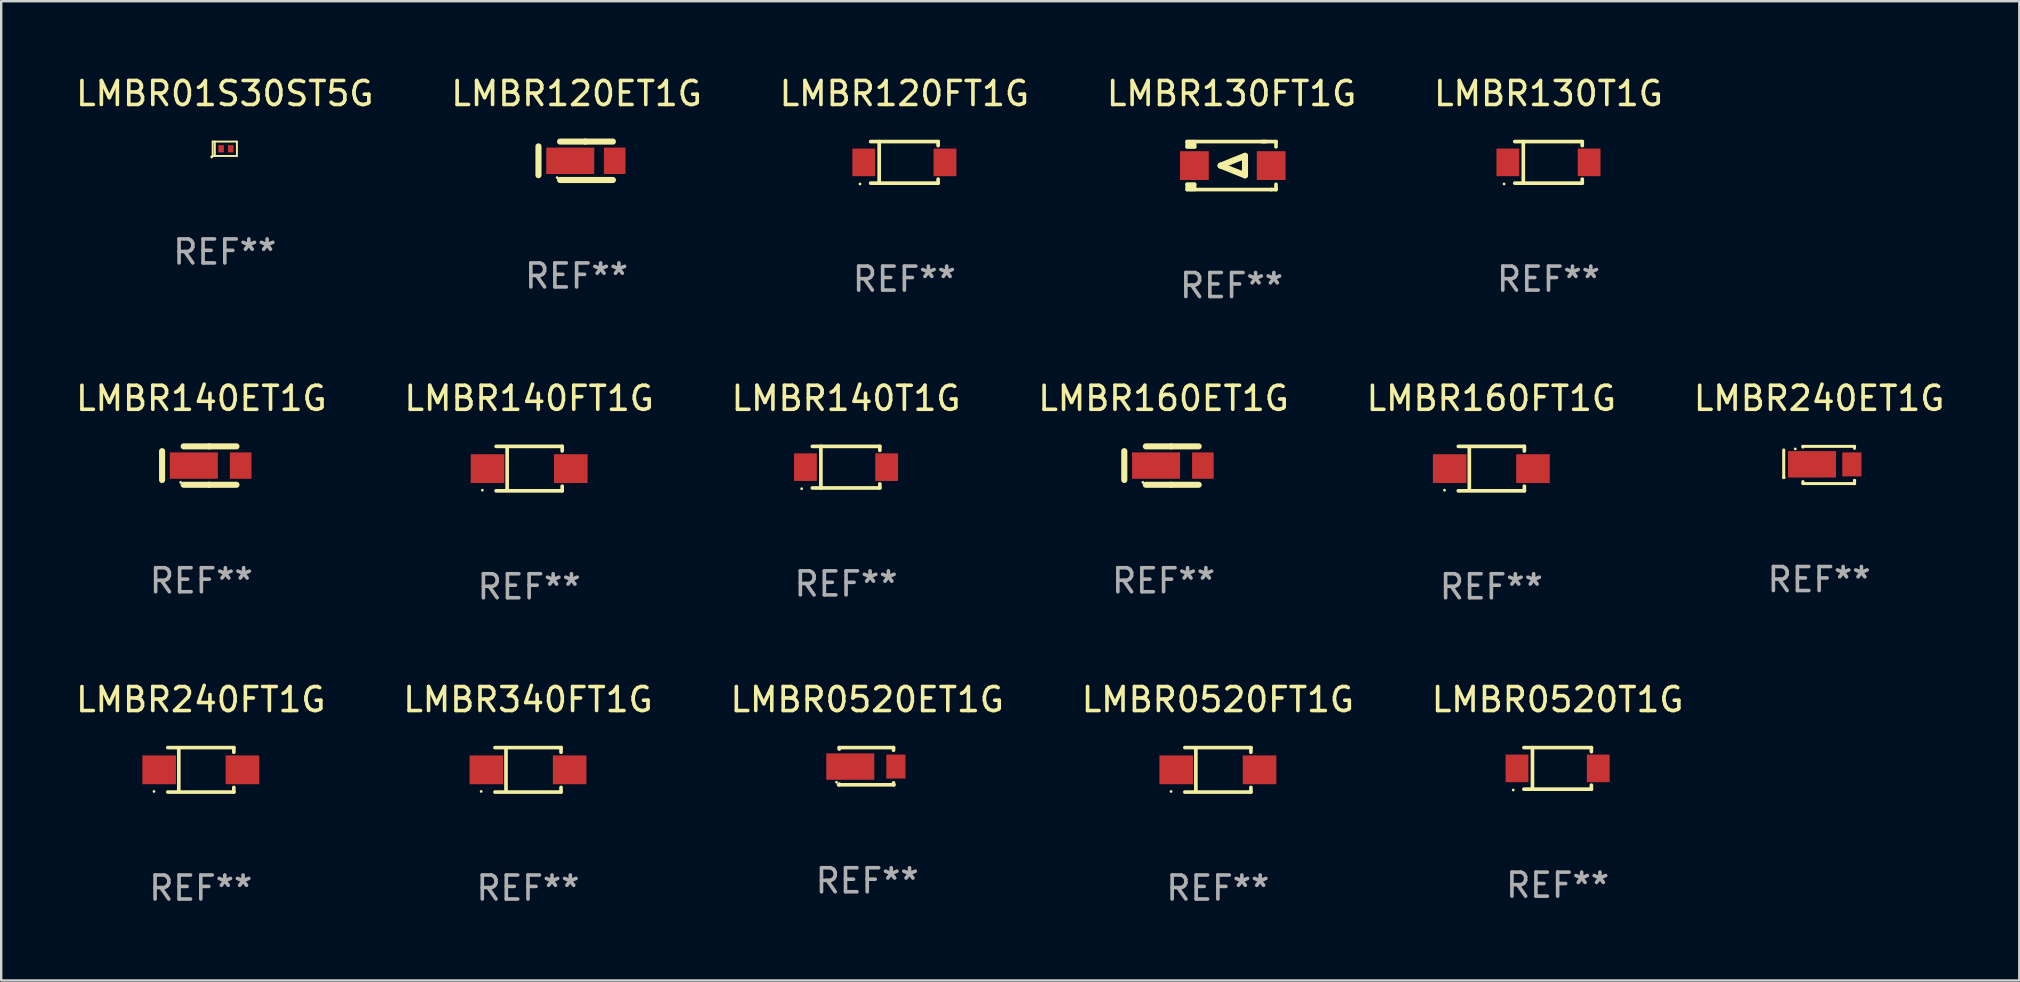
<source format=kicad_pcb>
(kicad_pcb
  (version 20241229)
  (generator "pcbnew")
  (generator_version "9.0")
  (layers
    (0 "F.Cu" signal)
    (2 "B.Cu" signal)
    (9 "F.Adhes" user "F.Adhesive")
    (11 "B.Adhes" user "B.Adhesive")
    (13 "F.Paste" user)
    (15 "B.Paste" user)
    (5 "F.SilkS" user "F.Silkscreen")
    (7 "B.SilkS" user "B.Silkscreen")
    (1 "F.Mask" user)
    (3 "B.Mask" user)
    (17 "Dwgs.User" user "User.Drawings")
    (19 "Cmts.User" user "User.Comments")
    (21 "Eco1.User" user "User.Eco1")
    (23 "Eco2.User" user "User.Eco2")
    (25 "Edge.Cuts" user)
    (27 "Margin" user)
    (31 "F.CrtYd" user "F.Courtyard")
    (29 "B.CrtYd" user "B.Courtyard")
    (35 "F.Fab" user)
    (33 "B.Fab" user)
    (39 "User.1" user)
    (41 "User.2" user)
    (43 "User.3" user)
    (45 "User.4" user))
  (footprint "LMBR120FT1G"
    (layer "F.Cu")
    (at 34.625 3.714)
    (property "Reference" "LMBR120FT1G" (at 0 -2.866 0) (layer "F.SilkS") (effects (font (size 1 1) (thickness 0.15))))
    (attr through_hole)
    (fp_line (start -1.406 -0.866) (end 1.406 -0.866) (stroke (width 0.152) (type solid)) (layer "F.SilkS"))
    (fp_line (start -1.406 0.866) (end 1.406 0.866) (stroke (width 0.152) (type solid)) (layer "F.SilkS"))
    (fp_line (start -1.049 -0.866) (end -1.049 0.866) (stroke (width 0.152) (type solid)) (layer "F.SilkS"))
    (fp_line (start 1.406 -0.866) (end 1.406 -0.698) (stroke (width 0.152) (type solid)) (layer "F.SilkS"))
    (fp_line (start 1.406 0.866) (end 1.406 0.698) (stroke (width 0.152) (type solid)) (layer "F.SilkS"))
    (fp_circle (center -1.851 0.9) (end -1.821 0.9) (stroke (width 0.06) (type solid)) (fill no) (layer "F.SilkS"))
    (fp_text user "REF**" (at 0 4.866 0) (layer "F.Fab") (effects (font (size 1 1) (thickness 0.15))))
    (pad "1" smd rect (at -1.692 0) (size 0.95 1.15) (layers "F.Cu" "F.Mask" "F.Paste"))
    (pad "2" smd rect (at 1.692 0) (size 0.95 1.15) (layers "F.Cu" "F.Mask" "F.Paste")))
  (footprint "LMBR130T1G"
    (layer "F.Cu")
    (at 61.458 3.714)
    (property "Reference" "LMBR130T1G" (at 0 -2.866 0) (layer "F.SilkS") (effects (font (size 1 1) (thickness 0.15))))
    (attr through_hole)
    (fp_line (start -1.406 -0.866) (end 1.406 -0.866) (stroke (width 0.152) (type solid)) (layer "F.SilkS"))
    (fp_line (start -1.406 0.866) (end 1.406 0.866) (stroke (width 0.152) (type solid)) (layer "F.SilkS"))
    (fp_line (start -1.049 -0.866) (end -1.049 0.866) (stroke (width 0.152) (type solid)) (layer "F.SilkS"))
    (fp_line (start 1.406 -0.866) (end 1.406 -0.698) (stroke (width 0.152) (type solid)) (layer "F.SilkS"))
    (fp_line (start 1.406 0.866) (end 1.406 0.698) (stroke (width 0.152) (type solid)) (layer "F.SilkS"))
    (fp_circle (center -1.851 0.9) (end -1.821 0.9) (stroke (width 0.06) (type solid)) (fill no) (layer "F.SilkS"))
    (fp_text user "REF**" (at 0 4.866 0) (layer "F.Fab") (effects (font (size 1 1) (thickness 0.15))))
    (pad "1" smd rect (at -1.692 0) (size 0.95 1.15) (layers "F.Cu" "F.Mask" "F.Paste"))
    (pad "2" smd rect (at 1.692 0) (size 0.95 1.15) (layers "F.Cu" "F.Mask" "F.Paste")))
  (footprint "LMBR140FT1G"
    (layer "F.Cu")
    (at 18.994 16.471)
    (property "Reference" "LMBR140FT1G" (at 0 -2.926 0) (layer "F.SilkS") (effects (font (size 1 1) (thickness 0.15))))
    (attr through_hole)
    (fp_line (start -1.376 -0.926) (end 1.376 -0.926) (stroke (width 0.152) (type solid)) (layer "F.SilkS"))
    (fp_line (start -1.376 0.926) (end 1.376 0.926) (stroke (width 0.152) (type solid)) (layer "F.SilkS"))
    (fp_line (start -0.917 -0.876) (end -0.917 0.876) (stroke (width 0.152) (type solid)) (layer "F.SilkS"))
    (fp_line (start 1.376 -0.926) (end 1.376 -0.733) (stroke (width 0.152) (type solid)) (layer "F.SilkS"))
    (fp_line (start 1.376 0.926) (end 1.376 0.733) (stroke (width 0.152) (type solid)) (layer "F.SilkS"))
    (fp_circle (center -1.95 0.9) (end -1.92 0.9) (stroke (width 0.06) (type solid)) (fill no) (layer "F.SilkS"))
    (fp_text user "REF**" (at 0 4.926 0) (layer "F.Fab") (effects (font (size 1 1) (thickness 0.15))))
    (pad "1" smd rect (at -1.735 0) (size 1.4 1.2) (layers "F.Cu" "F.Mask" "F.Paste"))
    (pad "2" smd rect (at 1.735 0) (size 1.4 1.2) (layers "F.Cu" "F.Mask" "F.Paste")))
  (footprint "LMBR0520T1G"
    (layer "F.Cu")
    (at 61.839 28.96)
    (property "Reference" "LMBR0520T1G" (at 0 -2.866 0) (layer "F.SilkS") (effects (font (size 1 1) (thickness 0.15))))
    (attr through_hole)
    (fp_line (start -1.406 -0.866) (end 1.406 -0.866) (stroke (width 0.152) (type solid)) (layer "F.SilkS"))
    (fp_line (start -1.406 0.866) (end 1.406 0.866) (stroke (width 0.152) (type solid)) (layer "F.SilkS"))
    (fp_line (start -1.049 -0.866) (end -1.049 0.866) (stroke (width 0.152) (type solid)) (layer "F.SilkS"))
    (fp_line (start 1.406 -0.866) (end 1.406 -0.698) (stroke (width 0.152) (type solid)) (layer "F.SilkS"))
    (fp_line (start 1.406 0.866) (end 1.406 0.698) (stroke (width 0.152) (type solid)) (layer "F.SilkS"))
    (fp_circle (center -1.851 0.9) (end -1.821 0.9) (stroke (width 0.06) (type solid)) (fill no) (layer "F.SilkS"))
    (fp_text user "REF**" (at 0 4.866 0) (layer "F.Fab") (effects (font (size 1 1) (thickness 0.15))))
    (pad "1" smd rect (at -1.692 0) (size 0.95 1.15) (layers "F.Cu" "F.Mask" "F.Paste"))
    (pad "2" smd rect (at 1.692 0) (size 0.95 1.15) (layers "F.Cu" "F.Mask" "F.Paste")))
  (footprint "LMBR160FT1G"
    (layer "F.Cu")
    (at 59.077 16.471)
    (property "Reference" "LMBR160FT1G" (at 0 -2.926 0) (layer "F.SilkS") (effects (font (size 1 1) (thickness 0.15))))
    (attr through_hole)
    (fp_line (start -1.376 -0.926) (end 1.376 -0.926) (stroke (width 0.152) (type solid)) (layer "F.SilkS"))
    (fp_line (start -1.376 0.926) (end 1.376 0.926) (stroke (width 0.152) (type solid)) (layer "F.SilkS"))
    (fp_line (start -0.917 -0.876) (end -0.917 0.876) (stroke (width 0.152) (type solid)) (layer "F.SilkS"))
    (fp_line (start 1.376 -0.926) (end 1.376 -0.733) (stroke (width 0.152) (type solid)) (layer "F.SilkS"))
    (fp_line (start 1.376 0.926) (end 1.376 0.733) (stroke (width 0.152) (type solid)) (layer "F.SilkS"))
    (fp_circle (center -1.95 0.9) (end -1.92 0.9) (stroke (width 0.06) (type solid)) (fill no) (layer "F.SilkS"))
    (fp_text user "REF**" (at 0 4.926 0) (layer "F.Fab") (effects (font (size 1 1) (thickness 0.15))))
    (pad "1" smd rect (at -1.735 0) (size 1.4 1.2) (layers "F.Cu" "F.Mask" "F.Paste"))
    (pad "2" smd rect (at 1.735 0) (size 1.4 1.2) (layers "F.Cu" "F.Mask" "F.Paste")))
  (footprint "LMBR160ET1G"
    (layer "F.Cu")
    (at 45.423 16.345)
    (property "Reference" "LMBR160ET1G" (at 0 -2.8 0) (layer "F.SilkS") (effects (font (size 1 1) (thickness 0.15))))
    (attr through_hole)
    (fp_line (start -1.637 -0.6) (end -1.637 0.6) (stroke (width 0.254) (type solid)) (layer "F.SilkS"))
    (fp_line (start -0.738 -0.8) (end 0.314 -0.8) (stroke (width 0.254) (type solid)) (layer "F.SilkS"))
    (fp_line (start -0.738 0.8) (end 0.314 0.8) (stroke (width 0.254) (type solid)) (layer "F.SilkS"))
    (fp_line (start 0.314 0.8) (end 1.462 0.8) (stroke (width 0.254) (type solid)) (layer "F.SilkS"))
    (fp_line (start 0.314 -0.8) (end 1.462 -0.8) (stroke (width 0.254) (type solid)) (layer "F.SilkS"))
    (fp_circle (center -0.862 0.7) (end -0.832 0.7) (stroke (width 0.06) (type solid)) (fill no) (layer "F.SilkS"))
    (fp_text user "REF**" (at 0 4.8 0) (layer "F.Fab") (effects (font (size 1 1) (thickness 0.15))))
    (pad "1" smd rect (at -0.313 -0.000064) (size 2 1.1) (layers "F.Cu" "F.Mask" "F.Paste"))
    (pad "2" smd rect (at 1.637 -0.000064) (size 0.9 1.1) (layers "F.Cu" "F.Mask" "F.Paste")))
  (footprint "LMBR01S30ST5G"
    (layer "F.Cu")
    (at 6.315 3.148)
    (property "Reference" "LMBR01S30ST5G" (at 0 -2.3 0) (layer "F.SilkS") (effects (font (size 1 1) (thickness 0.15))))
    (attr through_hole)
    (fp_line (start -0.505 -0.3) (end -0.505 0.3) (stroke (width 0.08) (type solid)) (layer "F.SilkS"))
    (fp_line (start -0.505 -0.3) (end 0.505 -0.3) (stroke (width 0.08) (type solid)) (layer "F.SilkS"))
    (fp_line (start -0.505 0.3) (end 0.505 0.3) (stroke (width 0.08) (type solid)) (layer "F.SilkS"))
    (fp_line (start -0.415 -0.3) (end -0.415 0.3) (stroke (width 0.08) (type solid)) (layer "F.SilkS"))
    (fp_line (start 0.505 -0.3) (end 0.505 0.3) (stroke (width 0.08) (type solid)) (layer "F.SilkS"))
    (fp_circle (center -0.545 0.34) (end -0.515 0.34) (stroke (width 0.06) (type solid)) (fill no) (layer "F.SilkS"))
    (fp_text user "REF**" (at 0 4.3 0) (layer "F.Fab") (effects (font (size 1 1) (thickness 0.15))))
    (pad "1" smd rect (at -0.155 0 180) (size 0.23 0.3) (layers "F.Cu" "F.Mask" "F.Paste"))
    (pad "2" smd rect (at 0.245 0 180) (size 0.23 0.3) (layers "F.Cu" "F.Mask" "F.Paste")))
  (footprint "LMBR0520FT1G"
    (layer "F.Cu")
    (at 47.685 29.02)
    (property "Reference" "LMBR0520FT1G" (at 0 -2.926 0) (layer "F.SilkS") (effects (font (size 1 1) (thickness 0.15))))
    (attr through_hole)
    (fp_line (start -1.376 -0.926) (end 1.376 -0.926) (stroke (width 0.152) (type solid)) (layer "F.SilkS"))
    (fp_line (start -1.376 0.926) (end 1.376 0.926) (stroke (width 0.152) (type solid)) (layer "F.SilkS"))
    (fp_line (start -0.917 -0.876) (end -0.917 0.876) (stroke (width 0.152) (type solid)) (layer "F.SilkS"))
    (fp_line (start 1.376 -0.926) (end 1.376 -0.733) (stroke (width 0.152) (type solid)) (layer "F.SilkS"))
    (fp_line (start 1.376 0.926) (end 1.376 0.733) (stroke (width 0.152) (type solid)) (layer "F.SilkS"))
    (fp_circle (center -1.95 0.9) (end -1.92 0.9) (stroke (width 0.06) (type solid)) (fill no) (layer "F.SilkS"))
    (fp_text user "REF**" (at 0 4.926 0) (layer "F.Fab") (effects (font (size 1 1) (thickness 0.15))))
    (pad "1" smd rect (at -1.735 0) (size 1.4 1.2) (layers "F.Cu" "F.Mask" "F.Paste"))
    (pad "2" smd rect (at 1.735 0) (size 1.4 1.2) (layers "F.Cu" "F.Mask" "F.Paste")))
  (footprint "LMBR140ET1G"
    (layer "F.Cu")
    (at 5.339 16.345)
    (property "Reference" "LMBR140ET1G" (at 0 -2.8 0) (layer "F.SilkS") (effects (font (size 1 1) (thickness 0.15))))
    (attr through_hole)
    (fp_line (start -1.637 -0.6) (end -1.637 0.6) (stroke (width 0.254) (type solid)) (layer "F.SilkS"))
    (fp_line (start -0.738 -0.8) (end 0.314 -0.8) (stroke (width 0.254) (type solid)) (layer "F.SilkS"))
    (fp_line (start -0.738 0.8) (end 0.314 0.8) (stroke (width 0.254) (type solid)) (layer "F.SilkS"))
    (fp_line (start 0.314 0.8) (end 1.462 0.8) (stroke (width 0.254) (type solid)) (layer "F.SilkS"))
    (fp_line (start 0.314 -0.8) (end 1.462 -0.8) (stroke (width 0.254) (type solid)) (layer "F.SilkS"))
    (fp_circle (center -0.862 0.7) (end -0.832 0.7) (stroke (width 0.06) (type solid)) (fill no) (layer "F.SilkS"))
    (fp_text user "REF**" (at 0 4.8 0) (layer "F.Fab") (effects (font (size 1 1) (thickness 0.15))))
    (pad "1" smd rect (at -0.313 -0.000064) (size 2 1.1) (layers "F.Cu" "F.Mask" "F.Paste"))
    (pad "2" smd rect (at 1.637 -0.000064) (size 0.9 1.1) (layers "F.Cu" "F.Mask" "F.Paste")))
  (footprint "LMBR240ET1G"
    (layer "F.Cu")
    (at 72.732 16.32)
    (property "Reference" "LMBR240ET1G" (at 0 -2.775 0) (layer "F.SilkS") (effects (font (size 1 1) (thickness 0.15))))
    (attr through_hole)
    (fp_line (start -1.475 0.525) (end -1.475 -0.625) (stroke (width 0.127) (type solid)) (layer "F.SilkS"))
    (fp_line (start -1.464 0.525) (end -1.475 0.525) (stroke (width 0.127) (type solid)) (layer "F.SilkS"))
    (fp_line (start -0.675 -0.775) (end 1.475 -0.775) (stroke (width 0.127) (type solid)) (layer "F.SilkS"))
    (fp_line (start -0.675 -0.745) (end -0.675 -0.775) (stroke (width 0.127) (type solid)) (layer "F.SilkS"))
    (fp_line (start -0.675 0.775) (end -0.675 0.69) (stroke (width 0.127) (type solid)) (layer "F.SilkS"))
    (fp_line (start 1.475 -0.775) (end 1.475 -0.693) (stroke (width 0.127) (type solid)) (layer "F.SilkS"))
    (fp_line (start 1.475 0.643) (end 1.475 0.775) (stroke (width 0.127) (type solid)) (layer "F.SilkS"))
    (fp_line (start 1.475 0.643) (end 1.475 0.775) (stroke (width 0.127) (type solid)) (layer "F.SilkS"))
    (fp_line (start 1.475 0.775) (end -0.675 0.775) (stroke (width 0.127) (type solid)) (layer "F.SilkS"))
    (fp_circle (center -0.995 -0.669) (end -0.965 -0.669) (stroke (width 0.06) (type solid)) (fill no) (layer "F.SilkS"))
    (fp_text user "REF**" (at 0 4.775 0) (layer "F.Fab") (effects (font (size 1 1) (thickness 0.15))))
    (pad "1" smd rect (at -0.296 -0.028) (size 2 1.1) (layers "F.Cu" "F.Mask" "F.Paste"))
    (pad "2" smd rect (at 1.364 -0.025) (size 0.8 1) (layers "F.Cu" "F.Mask" "F.Paste")))
  (footprint "LMBR340FT1G"
    (layer "F.Cu")
    (at 18.946 29.02)
    (property "Reference" "LMBR340FT1G" (at 0 -2.926 0) (layer "F.SilkS") (effects (font (size 1 1) (thickness 0.15))))
    (attr through_hole)
    (fp_line (start -1.376 -0.926) (end 1.376 -0.926) (stroke (width 0.152) (type solid)) (layer "F.SilkS"))
    (fp_line (start -1.376 0.926) (end 1.376 0.926) (stroke (width 0.152) (type solid)) (layer "F.SilkS"))
    (fp_line (start -0.917 -0.876) (end -0.917 0.876) (stroke (width 0.152) (type solid)) (layer "F.SilkS"))
    (fp_line (start 1.376 -0.926) (end 1.376 -0.733) (stroke (width 0.152) (type solid)) (layer "F.SilkS"))
    (fp_line (start 1.376 0.926) (end 1.376 0.733) (stroke (width 0.152) (type solid)) (layer "F.SilkS"))
    (fp_circle (center -1.95 0.9) (end -1.92 0.9) (stroke (width 0.06) (type solid)) (fill no) (layer "F.SilkS"))
    (fp_text user "REF**" (at 0 4.926 0) (layer "F.Fab") (effects (font (size 1 1) (thickness 0.15))))
    (pad "1" smd rect (at -1.735 0) (size 1.4 1.2) (layers "F.Cu" "F.Mask" "F.Paste"))
    (pad "2" smd rect (at 1.735 0) (size 1.4 1.2) (layers "F.Cu" "F.Mask" "F.Paste")))
  (footprint "LMBR240FT1G"
    (layer "F.Cu")
    (at 5.315 29.02)
    (property "Reference" "LMBR240FT1G" (at 0 -2.926 0) (layer "F.SilkS") (effects (font (size 1 1) (thickness 0.15))))
    (attr through_hole)
    (fp_line (start -1.376 -0.926) (end 1.376 -0.926) (stroke (width 0.152) (type solid)) (layer "F.SilkS"))
    (fp_line (start -1.376 0.926) (end 1.376 0.926) (stroke (width 0.152) (type solid)) (layer "F.SilkS"))
    (fp_line (start -0.917 -0.876) (end -0.917 0.876) (stroke (width 0.152) (type solid)) (layer "F.SilkS"))
    (fp_line (start 1.376 -0.926) (end 1.376 -0.733) (stroke (width 0.152) (type solid)) (layer "F.SilkS"))
    (fp_line (start 1.376 0.926) (end 1.376 0.733) (stroke (width 0.152) (type solid)) (layer "F.SilkS"))
    (fp_circle (center -1.95 0.9) (end -1.92 0.9) (stroke (width 0.06) (type solid)) (fill no) (layer "F.SilkS"))
    (fp_text user "REF**" (at 0 4.926 0) (layer "F.Fab") (effects (font (size 1 1) (thickness 0.15))))
    (pad "1" smd rect (at -1.735 0) (size 1.4 1.2) (layers "F.Cu" "F.Mask" "F.Paste"))
    (pad "2" smd rect (at 1.735 0) (size 1.4 1.2) (layers "F.Cu" "F.Mask" "F.Paste")))
  (footprint "LMBR120ET1G"
    (layer "F.Cu")
    (at 20.97 3.648)
    (property "Reference" "LMBR120ET1G" (at 0 -2.8 0) (layer "F.SilkS") (effects (font (size 1 1) (thickness 0.15))))
    (attr through_hole)
    (fp_line (start -1.588 -0.6) (end -1.588 0.6) (stroke (width 0.254) (type solid)) (layer "F.SilkS"))
    (fp_line (start -0.688 -0.8) (end 0.363 -0.8) (stroke (width 0.254) (type solid)) (layer "F.SilkS"))
    (fp_line (start -0.688 0.8) (end 0.363 0.8) (stroke (width 0.254) (type solid)) (layer "F.SilkS"))
    (fp_line (start 0.363 0.8) (end 1.512 0.8) (stroke (width 0.254) (type solid)) (layer "F.SilkS"))
    (fp_line (start 0.363 -0.8) (end 1.512 -0.8) (stroke (width 0.254) (type solid)) (layer "F.SilkS"))
    (fp_circle (center -0.812 0.7) (end -0.782 0.7) (stroke (width 0.06) (type solid)) (fill no) (layer "F.SilkS"))
    (fp_text user "REF**" (at 0 4.8 0) (layer "F.Fab") (effects (font (size 1 1) (thickness 0.15))))
    (pad "1" smd rect (at -0.263 0.000064) (size 2 1.1) (layers "F.Cu" "F.Mask" "F.Paste"))
    (pad "2" smd rect (at 1.588 0.000064) (size 0.9 1.1) (layers "F.Cu" "F.Mask" "F.Paste")))
  (footprint "LMBR0520ET1G"
    (layer "F.Cu")
    (at 33.077 28.869)
    (property "Reference" "LMBR0520ET1G" (at 0 -2.775 0) (layer "F.SilkS") (effects (font (size 1 1) (thickness 0.15))))
    (attr through_hole)
    (fp_line (start -1.195 0.775) (end 1.115 0.775) (stroke (width 0.152) (type solid)) (layer "F.SilkS"))
    (fp_line (start -1.165 -0.775) (end -1.165 -0.715) (stroke (width 0.152) (type solid)) (layer "F.SilkS"))
    (fp_line (start -1.165 -0.775) (end 1.095 -0.775) (stroke (width 0.152) (type solid)) (layer "F.SilkS"))
    (fp_line (start -1.165 0.745) (end -1.165 0.775) (stroke (width 0.152) (type solid)) (layer "F.SilkS"))
    (fp_line (start 1.095 -0.775) (end 1.095 -0.665) (stroke (width 0.152) (type solid)) (layer "F.SilkS"))
    (fp_line (start 1.095 0.695) (end 1.095 0.775) (stroke (width 0.152) (type solid)) (layer "F.SilkS"))
    (fp_circle (center -1.28 0.665) (end -1.25 0.665) (stroke (width 0.06) (type solid)) (fill no) (layer "F.SilkS"))
    (fp_text user "REF**" (at 0 4.775 0) (layer "F.Fab") (effects (font (size 1 1) (thickness 0.15))))
    (pad "1" smd rect (at -0.705 0.015) (size 2 1.1) (layers "F.Cu" "F.Mask" "F.Paste"))
    (pad "2" smd rect (at 1.195 0.015 90) (size 1 0.8) (layers "F.Cu" "F.Mask" "F.Paste")))
  (footprint "LMBR140T1G"
    (layer "F.Cu")
    (at 32.196 16.411)
    (property "Reference" "LMBR140T1G" (at 0 -2.866 0) (layer "F.SilkS") (effects (font (size 1 1) (thickness 0.15))))
    (attr through_hole)
    (fp_line (start -1.406 -0.866) (end 1.406 -0.866) (stroke (width 0.152) (type solid)) (layer "F.SilkS"))
    (fp_line (start -1.406 0.866) (end 1.406 0.866) (stroke (width 0.152) (type solid)) (layer "F.SilkS"))
    (fp_line (start -1.049 -0.866) (end -1.049 0.866) (stroke (width 0.152) (type solid)) (layer "F.SilkS"))
    (fp_line (start 1.406 -0.866) (end 1.406 -0.698) (stroke (width 0.152) (type solid)) (layer "F.SilkS"))
    (fp_line (start 1.406 0.866) (end 1.406 0.698) (stroke (width 0.152) (type solid)) (layer "F.SilkS"))
    (fp_circle (center -1.851 0.9) (end -1.821 0.9) (stroke (width 0.06) (type solid)) (fill no) (layer "F.SilkS"))
    (fp_text user "REF**" (at 0 4.866 0) (layer "F.Fab") (effects (font (size 1 1) (thickness 0.15))))
    (pad "1" smd rect (at -1.692 0) (size 0.95 1.15) (layers "F.Cu" "F.Mask" "F.Paste"))
    (pad "2" smd rect (at 1.692 0) (size 0.95 1.15) (layers "F.Cu" "F.Mask" "F.Paste")))
  (footprint "LMBR130FT1G"
    (layer "F.Cu")
    (at 48.256 3.848)
    (property "Reference" "LMBR130FT1G" (at 0 -3 0) (layer "F.SilkS") (effects (font (size 1 1) (thickness 0.15))))
    (attr through_hole)
    (fp_line (start -1.85 -1) (end -1.85 -0.78) (stroke (width 0.152) (type solid)) (layer "F.SilkS"))
    (fp_line (start -1.85 0.78) (end -1.85 1) (stroke (width 0.152) (type solid)) (layer "F.SilkS"))
    (fp_line (start -1.85 1) (end 1.65 1) (stroke (width 0.152) (type solid)) (layer "F.SilkS"))
    (fp_line (start -1.741 -0.78) (end -1.741 -1) (stroke (width 0.152) (type solid)) (layer "F.SilkS"))
    (fp_line (start -1.741 1) (end -1.741 0.78) (stroke (width 0.152) (type solid)) (layer "F.SilkS"))
    (fp_line (start -1.641 -1) (end -1.641 -0.78) (stroke (width 0.152) (type solid)) (layer "F.SilkS"))
    (fp_line (start -1.641 0.78) (end -1.641 1) (stroke (width 0.152) (type solid)) (layer "F.SilkS"))
    (fp_line (start -1.541 -1) (end -1.541 -0.78) (stroke (width 0.152) (type solid)) (layer "F.SilkS"))
    (fp_line (start -1.541 -0.78) (end -1.85 -0.78) (stroke (width 0.152) (type solid)) (layer "F.SilkS"))
    (fp_line (start -1.541 0.78) (end -1.85 0.78) (stroke (width 0.152) (type solid)) (layer "F.SilkS"))
    (fp_line (start -1.541 0.78) (end -1.541 1) (stroke (width 0.152) (type solid)) (layer "F.SilkS"))
    (fp_line (start -0.458 0) (end 0.558 -0.406) (stroke (width 0.254) (type solid)) (layer "F.SilkS"))
    (fp_line (start 0.558 -0.406) (end 0.558 0.406) (stroke (width 0.254) (type solid)) (layer "F.SilkS"))
    (fp_line (start 0.558 0.406) (end -0.458 0) (stroke (width 0.254) (type solid)) (layer "F.SilkS"))
    (fp_line (start 1.45 -1) (end -1.85 -1) (stroke (width 0.152) (type solid)) (layer "F.SilkS"))
    (fp_line (start 1.65 1) (end 1.85 1) (stroke (width 0.152) (type solid)) (layer "F.SilkS"))
    (fp_line (start 1.85 -1) (end 1.25 -1) (stroke (width 0.152) (type solid)) (layer "F.SilkS"))
    (fp_line (start 1.85 -0.78) (end 1.85 -1) (stroke (width 0.152) (type solid)) (layer "F.SilkS"))
    (fp_line (start 1.85 1) (end 1.85 0.78) (stroke (width 0.152) (type solid)) (layer "F.SilkS"))
    (fp_circle (center -1.8 0.9) (end -1.77 0.9) (stroke (width 0.06) (type solid)) (fill no) (layer "F.SilkS"))
    (fp_text user "REF**" (at 0 5 0) (layer "F.Fab") (effects (font (size 1 1) (thickness 0.15))))
    (pad "1" smd rect (at -1.55 0.000051) (size 1.2 1.2) (layers "F.Cu" "F.Mask" "F.Paste"))
    (pad "2" smd rect (at 1.65 0.000051) (size 1.2 1.2) (layers "F.Cu" "F.Mask" "F.Paste")))
  (gr_rect
    (start -3 -3)
    (end 81.071 37.794)
    (stroke (width 0.1) (type default))
    (fill no)
    (layer "Edge.Cuts")))
</source>
